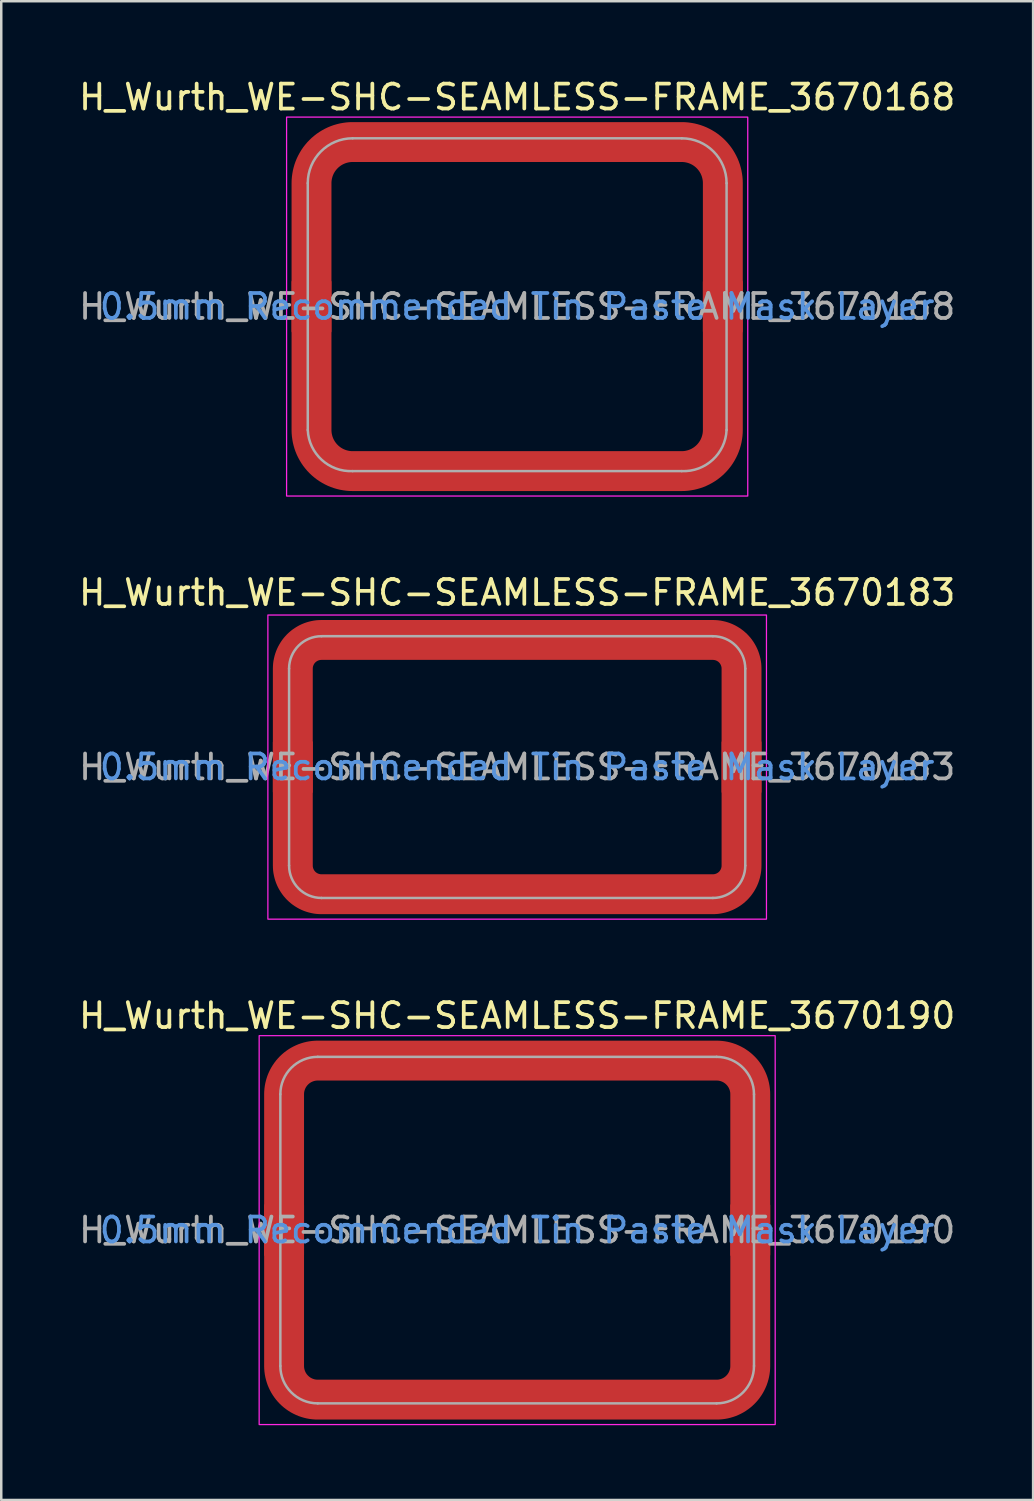
<source format=kicad_pcb>
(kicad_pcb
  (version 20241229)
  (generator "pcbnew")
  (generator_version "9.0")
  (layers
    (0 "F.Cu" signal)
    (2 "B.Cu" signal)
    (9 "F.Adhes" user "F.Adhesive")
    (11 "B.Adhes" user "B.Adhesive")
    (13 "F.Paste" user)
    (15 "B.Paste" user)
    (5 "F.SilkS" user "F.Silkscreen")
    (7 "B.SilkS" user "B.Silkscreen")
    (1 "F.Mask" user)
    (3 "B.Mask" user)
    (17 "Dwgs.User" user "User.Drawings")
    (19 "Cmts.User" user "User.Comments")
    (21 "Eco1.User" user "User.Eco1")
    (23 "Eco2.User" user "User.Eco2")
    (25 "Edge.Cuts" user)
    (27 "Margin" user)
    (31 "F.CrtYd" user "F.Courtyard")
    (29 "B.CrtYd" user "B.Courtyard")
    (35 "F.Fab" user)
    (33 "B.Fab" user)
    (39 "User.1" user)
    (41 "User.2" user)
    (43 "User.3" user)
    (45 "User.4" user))
  (footprint "H_Wurth_WE-SHC-SEAMLESS-FRAME_3670183"
    (layer "F.Cu")
    (at 17.696 27.721)
    (property "Reference" "H_Wurth_WE-SHC-SEAMLESS-FRAME_3670183" (at 0 -7 0) (unlocked yes) (layer "F.SilkS") (effects (font (size 1 1) (thickness 0.15))))
    (attr smd)
    (fp_rect (start -10 -6.1) (end 10 6.1) (stroke (width 0.05) (type solid)) (fill no) (layer "F.CrtYd"))
    (fp_line (start -9.15 3.95) (end -9.15 -3.95) (stroke (width 0.1) (type solid)) (layer "F.Fab"))
    (fp_line (start -7.85 -5.25) (end 7.85 -5.25) (stroke (width 0.1) (type solid)) (layer "F.Fab"))
    (fp_line (start -7.85 5.25) (end 7.85 5.25) (stroke (width 0.1) (type solid)) (layer "F.Fab"))
    (fp_line (start 9.15 3.95) (end 9.15 -3.95) (stroke (width 0.1) (type solid)) (layer "F.Fab"))
    (fp_arc (start -9.15 -3.95) (mid -8.769239 -4.869238) (end -7.85 -5.25) (stroke (width 0.1) (type default)) (layer "F.Fab"))
    (fp_arc (start -7.85 5.25) (mid -8.769238 4.869239) (end -9.15 3.95) (stroke (width 0.1) (type default)) (layer "F.Fab"))
    (fp_arc (start 7.85 -5.25) (mid 8.769238 -4.869239) (end 9.15 -3.95) (stroke (width 0.1) (type default)) (layer "F.Fab"))
    (fp_arc (start 9.15 3.95) (mid 8.769239 4.869238) (end 7.85 5.25) (stroke (width 0.1) (type default)) (layer "F.Fab"))
    (fp_text user "0.5mm Recommended Tin Paste Mask Layer" (at 0 0 0) (unlocked yes) (layer "Cmts.User") (effects (font (size 1 1) (thickness 0.15))))
    (fp_text user "${REFERENCE}" (at 0 0 0) (unlocked yes) (layer "F.Fab") (effects (font (size 1 1) (thickness 0.15))))
    (pad "1" smd custom (at 0 -5.1) (size 7.9 1.5) (layers "F.Cu" "F.Mask" "F.Paste") (options (anchor rect)) (primitives (gr_poly (pts (xy -8.25 6.1) (xy -9.75 6.1) (xy -9.75 1.15) (xy -9.747 1.051) (xy -9.74 0.951) (xy -9.727 0.853) (xy -9.708 0.755) (xy -9.685 0.658) (xy -9.657 0.563) (xy -9.624 0.469) (xy -9.586 0.377) (xy -9.543 0.287) (xy -9.495 0.2) (xy -9.443 0.115) (xy -9.387 0.033) (xy -9.327 -0.046) (xy -9.262 -0.121) (xy -9.194 -0.194) (xy -9.121 -0.262) (xy -9.046 -0.327) (xy -8.967 -0.387) (xy -8.885 -0.443) (xy -8.8 -0.495) (xy -8.713 -0.543) (xy -8.623 -0.586) (xy -8.531 -0.624) (xy -8.437 -0.657) (xy -8.342 -0.685) (xy -8.245 -0.708) (xy -8.147 -0.727) (xy -8.049 -0.74) (xy -7.949 -0.747) (xy -7.85 -0.75) (xy 7.85 -0.75) (xy 7.949 -0.747) (xy 8.049 -0.74) (xy 8.147 -0.727) (xy 8.245 -0.708) (xy 8.342 -0.685) (xy 8.437 -0.657) (xy 8.531 -0.624) (xy 8.623 -0.586) (xy 8.713 -0.543) (xy 8.8 -0.495) (xy 8.885 -0.443) (xy 8.967 -0.387) (xy 9.046 -0.327) (xy 9.121 -0.262) (xy 9.194 -0.194) (xy 9.262 -0.121) (xy 9.327 -0.046) (xy 9.387 0.033) (xy 9.443 0.115) (xy 9.495 0.2) (xy 9.543 0.287) (xy 9.586 0.377) (xy 9.624 0.469) (xy 9.657 0.563) (xy 9.685 0.658) (xy 9.708 0.755) (xy 9.727 0.853) (xy 9.74 0.951) (xy 9.747 1.051) (xy 9.75 1.15) (xy 9.75 6.1) (xy 8.25 6.1) (xy 8.25 1.15) (xy 8.249 1.129) (xy 8.248 1.108) (xy 8.245 1.087) (xy 8.241 1.067) (xy 8.236 1.046) (xy 8.23 1.026) (xy 8.223 1.007) (xy 8.215 0.987) (xy 8.206 0.968) (xy 8.196 0.95) (xy 8.185 0.932) (xy 8.174 0.915) (xy 8.161 0.898) (xy 8.147 0.882) (xy 8.133 0.867) (xy 8.118 0.853) (xy 8.102 0.839) (xy 8.085 0.826) (xy 8.068 0.815) (xy 8.05 0.804) (xy 8.032 0.794) (xy 8.013 0.785) (xy 7.993 0.777) (xy 7.974 0.77) (xy 7.954 0.764) (xy 7.933 0.759) (xy 7.913 0.755) (xy 7.892 0.752) (xy 7.871 0.751) (xy 7.85 0.75) (xy -7.85 0.75) (xy -7.871 0.751) (xy -7.892 0.752) (xy -7.913 0.755) (xy -7.933 0.759) (xy -7.954 0.764) (xy -7.974 0.77) (xy -7.993 0.777) (xy -8.013 0.785) (xy -8.032 0.794) (xy -8.05 0.804) (xy -8.068 0.815) (xy -8.085 0.826) (xy -8.102 0.839) (xy -8.118 0.853) (xy -8.133 0.867) (xy -8.147 0.882) (xy -8.161 0.898) (xy -8.174 0.915) (xy -8.185 0.932) (xy -8.196 0.95) (xy -8.206 0.968) (xy -8.215 0.987) (xy -8.223 1.007) (xy -8.23 1.026) (xy -8.236 1.046) (xy -8.241 1.067) (xy -8.245 1.087) (xy -8.248 1.108) (xy -8.249 1.129) (xy -8.25 1.15) (xy -8.25 6.1)) (width 0.1) (fill yes))))
    (pad "1" smd custom (at 9 0) (size 1.5 7.9) (layers "F.Cu" "F.Mask" "F.Paste") (options (anchor rect)) (primitives (gr_poly (pts (xy -0.75 -1) (xy 0.75 -1) (xy 0.75 3.95) (xy 0.747 4.049) (xy 0.74 4.149) (xy 0.727 4.247) (xy 0.708 4.345) (xy 0.685 4.442) (xy 0.657 4.537) (xy 0.624 4.631) (xy 0.586 4.723) (xy 0.543 4.813) (xy 0.495 4.9) (xy 0.443 4.985) (xy 0.387 5.067) (xy 0.327 5.146) (xy 0.262 5.221) (xy 0.194 5.294) (xy 0.121 5.362) (xy 0.046 5.427) (xy -0.033 5.487) (xy -0.115 5.543) (xy -0.2 5.595) (xy -0.287 5.643) (xy -0.377 5.686) (xy -0.469 5.724) (xy -0.563 5.757) (xy -0.658 5.785) (xy -0.755 5.808) (xy -0.853 5.827) (xy -0.951 5.84) (xy -1.051 5.847) (xy -1.15 5.85) (xy -16.85 5.85) (xy -16.949 5.847) (xy -17.049 5.84) (xy -17.147 5.827) (xy -17.245 5.808) (xy -17.342 5.785) (xy -17.437 5.757) (xy -17.531 5.724) (xy -17.623 5.686) (xy -17.713 5.643) (xy -17.8 5.595) (xy -17.885 5.543) (xy -17.967 5.487) (xy -18.046 5.427) (xy -18.121 5.362) (xy -18.194 5.294) (xy -18.262 5.221) (xy -18.327 5.146) (xy -18.387 5.067) (xy -18.443 4.985) (xy -18.495 4.9) (xy -18.543 4.813) (xy -18.586 4.723) (xy -18.624 4.631) (xy -18.657 4.537) (xy -18.685 4.442) (xy -18.708 4.345) (xy -18.727 4.247) (xy -18.74 4.149) (xy -18.747 4.049) (xy -18.75 3.95) (xy -18.75 -1) (xy -17.25 -1) (xy -17.25 3.95) (xy -17.249 3.971) (xy -17.248 3.992) (xy -17.245 4.013) (xy -17.241 4.033) (xy -17.236 4.054) (xy -17.23 4.074) (xy -17.223 4.093) (xy -17.215 4.113) (xy -17.206 4.132) (xy -17.196 4.15) (xy -17.185 4.168) (xy -17.174 4.185) (xy -17.161 4.202) (xy -17.147 4.218) (xy -17.133 4.233) (xy -17.118 4.247) (xy -17.102 4.261) (xy -17.085 4.274) (xy -17.068 4.285) (xy -17.05 4.296) (xy -17.032 4.306) (xy -17.013 4.315) (xy -16.993 4.323) (xy -16.974 4.33) (xy -16.954 4.336) (xy -16.933 4.341) (xy -16.913 4.345) (xy -16.892 4.348) (xy -16.871 4.349) (xy -16.85 4.35) (xy -1.15 4.35) (xy -1.129 4.349) (xy -1.108 4.348) (xy -1.087 4.345) (xy -1.067 4.341) (xy -1.046 4.336) (xy -1.026 4.33) (xy -1.007 4.323) (xy -0.987 4.315) (xy -0.968 4.306) (xy -0.95 4.296) (xy -0.932 4.285) (xy -0.915 4.274) (xy -0.898 4.261) (xy -0.882 4.247) (xy -0.867 4.233) (xy -0.853 4.218) (xy -0.839 4.202) (xy -0.826 4.185) (xy -0.815 4.168) (xy -0.804 4.15) (xy -0.794 4.132) (xy -0.785 4.113) (xy -0.777 4.093) (xy -0.77 4.074) (xy -0.764 4.054) (xy -0.759 4.033) (xy -0.755 4.013) (xy -0.752 3.992) (xy -0.751 3.971) (xy -0.75 3.95) (xy -0.75 -1)) (width 0.1) (fill yes)))))
  (footprint "H_Wurth_WE-SHC-SEAMLESS-FRAME_3670168"
    (layer "F.Cu")
    (at 17.696 9.248)
    (property "Reference" "H_Wurth_WE-SHC-SEAMLESS-FRAME_3670168" (at 0 -8.4 0) (unlocked yes) (layer "F.SilkS") (effects (font (size 1 1) (thickness 0.15))))
    (attr smd)
    (fp_rect (start -9.25 -7.6) (end 9.25 7.6) (stroke (width 0.05) (type solid)) (fill no) (layer "F.CrtYd"))
    (fp_line (start -8.4 4.95) (end -8.4 -4.95) (stroke (width 0.1) (type solid)) (layer "F.Fab"))
    (fp_line (start -6.6 -6.75) (end 6.6 -6.75) (stroke (width 0.1) (type solid)) (layer "F.Fab"))
    (fp_line (start -6.6 6.6) (end 6.6 6.6) (stroke (width 0.1) (type solid)) (layer "F.Fab"))
    (fp_line (start 8.4 4.95) (end 8.4 -4.95) (stroke (width 0.1) (type solid)) (layer "F.Fab"))
    (fp_arc (start -8.4 -4.95) (mid -7.872792 -6.222792) (end -6.6 -6.75) (stroke (width 0.1) (type default)) (layer "F.Fab"))
    (fp_arc (start -6.6 6.6) (mid -7.841726 6.147792) (end -8.4 4.95) (stroke (width 0.1) (type default)) (layer "F.Fab"))
    (fp_arc (start 6.6 -6.75) (mid 7.872792 -6.222792) (end 8.4 -4.95) (stroke (width 0.1) (type default)) (layer "F.Fab"))
    (fp_arc (start 8.4 4.95) (mid 7.841726 6.147792) (end 6.6 6.6) (stroke (width 0.1) (type default)) (layer "F.Fab"))
    (fp_text user "0.5mm Recommended Tin Paste Mask Layer" (at 0 0 0) (unlocked yes) (layer "Cmts.User") (effects (font (size 1 1) (thickness 0.15))))
    (fp_text user "${REFERENCE}" (at 0 0 0) (unlocked yes) (layer "F.Fab") (effects (font (size 1 1) (thickness 0.15))))
    (pad "1" smd custom (at 0 -6.6) (size 9.9 1.5) (layers "F.Cu" "F.Mask" "F.Paste") (options (anchor rect)) (primitives (gr_poly (pts (xy -7.5 7.6) (xy -9 7.6) (xy -9 1.65) (xy -8.997 1.524) (xy -8.987 1.399) (xy -8.97 1.275) (xy -8.948 1.151) (xy -8.918 1.029) (xy -8.883 0.908) (xy -8.841 0.79) (xy -8.793 0.674) (xy -8.738 0.56) (xy -8.678 0.45) (xy -8.613 0.343) (xy -8.542 0.239) (xy -8.465 0.14) (xy -8.384 0.044) (xy -8.297 -0.047) (xy -8.206 -0.134) (xy -8.11 -0.215) (xy -8.011 -0.292) (xy -7.907 -0.363) (xy -7.8 -0.428) (xy -7.69 -0.488) (xy -7.576 -0.543) (xy -7.46 -0.591) (xy -7.342 -0.633) (xy -7.221 -0.668) (xy -7.099 -0.698) (xy -6.975 -0.72) (xy -6.851 -0.737) (xy -6.726 -0.747) (xy -6.6 -0.75) (xy 6.6 -0.75) (xy 6.726 -0.747) (xy 6.851 -0.737) (xy 6.975 -0.72) (xy 7.099 -0.698) (xy 7.221 -0.668) (xy 7.342 -0.633) (xy 7.46 -0.591) (xy 7.576 -0.543) (xy 7.69 -0.488) (xy 7.8 -0.428) (xy 7.907 -0.363) (xy 8.011 -0.292) (xy 8.11 -0.215) (xy 8.206 -0.134) (xy 8.297 -0.047) (xy 8.384 0.044) (xy 8.465 0.14) (xy 8.542 0.239) (xy 8.613 0.343) (xy 8.678 0.45) (xy 8.738 0.56) (xy 8.793 0.674) (xy 8.841 0.79) (xy 8.883 0.908) (xy 8.918 1.029) (xy 8.948 1.151) (xy 8.97 1.275) (xy 8.987 1.399) (xy 8.997 1.524) (xy 9 1.65) (xy 9 7.6) (xy 7.5 7.6) (xy 7.5 1.65) (xy 7.499 1.603) (xy 7.495 1.556) (xy 7.489 1.509) (xy 7.48 1.463) (xy 7.469 1.417) (xy 7.456 1.372) (xy 7.44 1.327) (xy 7.422 1.284) (xy 7.402 1.241) (xy 7.379 1.2) (xy 7.355 1.16) (xy 7.328 1.121) (xy 7.299 1.084) (xy 7.269 1.048) (xy 7.236 1.014) (xy 7.202 0.981) (xy 7.166 0.951) (xy 7.129 0.922) (xy 7.09 0.895) (xy 7.05 0.871) (xy 7.009 0.848) (xy 6.966 0.828) (xy 6.923 0.81) (xy 6.878 0.794) (xy 6.833 0.781) (xy 6.787 0.77) (xy 6.741 0.761) (xy 6.694 0.755) (xy 6.647 0.751) (xy 6.6 0.75) (xy -6.6 0.75) (xy -6.647 0.751) (xy -6.694 0.755) (xy -6.741 0.761) (xy -6.787 0.77) (xy -6.833 0.781) (xy -6.878 0.794) (xy -6.923 0.81) (xy -6.966 0.828) (xy -7.009 0.848) (xy -7.05 0.871) (xy -7.09 0.895) (xy -7.129 0.922) (xy -7.166 0.951) (xy -7.202 0.981) (xy -7.236 1.014) (xy -7.269 1.048) (xy -7.299 1.084) (xy -7.328 1.121) (xy -7.355 1.16) (xy -7.379 1.2) (xy -7.402 1.241) (xy -7.422 1.284) (xy -7.44 1.327) (xy -7.456 1.372) (xy -7.469 1.417) (xy -7.48 1.463) (xy -7.489 1.509) (xy -7.495 1.556) (xy -7.499 1.603) (xy -7.5 1.65) (xy -7.5 7.6)) (width 0.1) (fill yes))))
    (pad "1" smd custom (at 8.25 0) (size 1.5 9.9) (layers "F.Cu" "F.Mask" "F.Paste") (options (anchor rect)) (primitives (gr_poly (pts (xy -0.75 -1) (xy 0.75 -1) (xy 0.75 4.95) (xy 0.747 5.076) (xy 0.737 5.201) (xy 0.72 5.325) (xy 0.698 5.449) (xy 0.668 5.571) (xy 0.633 5.692) (xy 0.591 5.81) (xy 0.543 5.926) (xy 0.488 6.04) (xy 0.428 6.15) (xy 0.363 6.257) (xy 0.292 6.361) (xy 0.215 6.46) (xy 0.134 6.556) (xy 0.047 6.647) (xy -0.044 6.734) (xy -0.14 6.815) (xy -0.239 6.892) (xy -0.343 6.963) (xy -0.45 7.028) (xy -0.56 7.088) (xy -0.674 7.143) (xy -0.79 7.191) (xy -0.908 7.233) (xy -1.029 7.268) (xy -1.151 7.298) (xy -1.275 7.32) (xy -1.399 7.337) (xy -1.524 7.347) (xy -1.65 7.35) (xy -14.85 7.35) (xy -14.976 7.347) (xy -15.101 7.337) (xy -15.225 7.32) (xy -15.349 7.298) (xy -15.471 7.268) (xy -15.592 7.233) (xy -15.71 7.191) (xy -15.826 7.143) (xy -15.94 7.088) (xy -16.05 7.028) (xy -16.157 6.963) (xy -16.261 6.892) (xy -16.36 6.815) (xy -16.456 6.734) (xy -16.547 6.647) (xy -16.634 6.556) (xy -16.715 6.46) (xy -16.792 6.361) (xy -16.863 6.257) (xy -16.928 6.15) (xy -16.988 6.04) (xy -17.043 5.926) (xy -17.091 5.81) (xy -17.133 5.692) (xy -17.168 5.571) (xy -17.198 5.449) (xy -17.22 5.325) (xy -17.237 5.201) (xy -17.247 5.076) (xy -17.25 4.95) (xy -17.25 -1) (xy -15.75 -1) (xy -15.75 4.95) (xy -15.749 4.997) (xy -15.745 5.044) (xy -15.739 5.091) (xy -15.73 5.137) (xy -15.719 5.183) (xy -15.706 5.228) (xy -15.69 5.273) (xy -15.672 5.316) (xy -15.652 5.359) (xy -15.629 5.4) (xy -15.605 5.44) (xy -15.578 5.479) (xy -15.549 5.516) (xy -15.519 5.552) (xy -15.486 5.586) (xy -15.452 5.619) (xy -15.416 5.649) (xy -15.379 5.678) (xy -15.34 5.705) (xy -15.3 5.729) (xy -15.259 5.752) (xy -15.216 5.772) (xy -15.173 5.79) (xy -15.128 5.806) (xy -15.083 5.819) (xy -15.037 5.83) (xy -14.991 5.839) (xy -14.944 5.845) (xy -14.897 5.849) (xy -14.85 5.85) (xy -1.65 5.85) (xy -1.603 5.849) (xy -1.556 5.845) (xy -1.509 5.839) (xy -1.463 5.83) (xy -1.417 5.819) (xy -1.372 5.806) (xy -1.327 5.79) (xy -1.284 5.772) (xy -1.241 5.752) (xy -1.2 5.729) (xy -1.16 5.705) (xy -1.121 5.678) (xy -1.084 5.649) (xy -1.048 5.619) (xy -1.014 5.586) (xy -0.981 5.552) (xy -0.951 5.516) (xy -0.922 5.479) (xy -0.895 5.44) (xy -0.871 5.4) (xy -0.848 5.359) (xy -0.828 5.316) (xy -0.81 5.273) (xy -0.794 5.228) (xy -0.781 5.183) (xy -0.77 5.137) (xy -0.761 5.091) (xy -0.755 5.044) (xy -0.751 4.997) (xy -0.75 4.95) (xy -0.75 -1)) (width 0.1) (fill yes)))))
  (footprint "H_Wurth_WE-SHC-SEAMLESS-FRAME_3670190"
    (layer "F.Cu")
    (at 17.696 46.295)
    (property "Reference" "H_Wurth_WE-SHC-SEAMLESS-FRAME_3670190" (at 0 -8.6 0) (unlocked yes) (layer "F.SilkS") (effects (font (size 1 1) (thickness 0.15))))
    (attr smd)
    (fp_rect (start -10.35 -7.8) (end 10.35 7.8) (stroke (width 0.05) (type solid)) (fill no) (layer "F.CrtYd"))
    (fp_line (start -9.5 5.45) (end -9.5 -5.45) (stroke (width 0.1) (type solid)) (layer "F.Fab"))
    (fp_line (start -8 -6.95) (end 8 -6.95) (stroke (width 0.1) (type solid)) (layer "F.Fab"))
    (fp_line (start -8 6.95) (end 8 6.95) (stroke (width 0.1) (type solid)) (layer "F.Fab"))
    (fp_line (start 9.5 5.45) (end 9.5 -5.45) (stroke (width 0.1) (type solid)) (layer "F.Fab"))
    (fp_arc (start -9.5 -5.45) (mid -9.06066 -6.51066) (end -8 -6.95) (stroke (width 0.1) (type default)) (layer "F.Fab"))
    (fp_arc (start -8 6.95) (mid -9.06066 6.51066) (end -9.5 5.45) (stroke (width 0.1) (type default)) (layer "F.Fab"))
    (fp_arc (start 8 -6.95) (mid 9.06066 -6.51066) (end 9.5 -5.45) (stroke (width 0.1) (type default)) (layer "F.Fab"))
    (fp_arc (start 9.5 5.45) (mid 9.06066 6.51066) (end 8 6.95) (stroke (width 0.1) (type default)) (layer "F.Fab"))
    (fp_text user "0.5mm Recommended Tin Paste Mask Layer" (at 0 0 0) (unlocked yes) (layer "Cmts.User") (effects (font (size 1 1) (thickness 0.15))))
    (fp_text user "${REFERENCE}" (at 0 0 0) (unlocked yes) (layer "F.Fab") (effects (font (size 1 1) (thickness 0.15))))
    (pad "1" smd custom (at 0 -6.8) (size 10.9 1.5) (layers "F.Cu" "F.Mask" "F.Paste") (options (anchor rect)) (primitives (gr_poly (pts (xy -8.6 7.8) (xy -10.1 7.8) (xy -10.1 1.35) (xy -10.097 1.24) (xy -10.088 1.13) (xy -10.074 1.021) (xy -10.054 0.913) (xy -10.028 0.806) (xy -9.997 0.701) (xy -9.961 0.597) (xy -9.918 0.496) (xy -9.871 0.397) (xy -9.819 0.3) (xy -9.761 0.206) (xy -9.699 0.116) (xy -9.632 0.028) (xy -9.561 -0.055) (xy -9.485 -0.135) (xy -9.405 -0.211) (xy -9.322 -0.282) (xy -9.234 -0.349) (xy -9.144 -0.411) (xy -9.05 -0.469) (xy -8.953 -0.521) (xy -8.854 -0.568) (xy -8.753 -0.611) (xy -8.649 -0.647) (xy -8.544 -0.678) (xy -8.437 -0.704) (xy -8.329 -0.724) (xy -8.22 -0.738) (xy -8.11 -0.747) (xy -8 -0.75) (xy 8 -0.75) (xy 8.11 -0.747) (xy 8.22 -0.738) (xy 8.329 -0.724) (xy 8.437 -0.704) (xy 8.544 -0.678) (xy 8.649 -0.647) (xy 8.753 -0.611) (xy 8.854 -0.568) (xy 8.953 -0.521) (xy 9.05 -0.469) (xy 9.144 -0.411) (xy 9.234 -0.349) (xy 9.322 -0.282) (xy 9.405 -0.211) (xy 9.485 -0.135) (xy 9.561 -0.055) (xy 9.632 0.028) (xy 9.699 0.116) (xy 9.761 0.206) (xy 9.819 0.3) (xy 9.871 0.397) (xy 9.918 0.496) (xy 9.961 0.597) (xy 9.997 0.701) (xy 10.028 0.806) (xy 10.054 0.913) (xy 10.074 1.021) (xy 10.088 1.13) (xy 10.097 1.24) (xy 10.1 1.35) (xy 10.1 7.8) (xy 8.6 7.8) (xy 8.6 1.35) (xy 8.599 1.319) (xy 8.597 1.287) (xy 8.593 1.256) (xy 8.587 1.225) (xy 8.58 1.195) (xy 8.571 1.165) (xy 8.56 1.135) (xy 8.548 1.106) (xy 8.535 1.078) (xy 8.52 1.05) (xy 8.503 1.023) (xy 8.485 0.997) (xy 8.466 0.972) (xy 8.446 0.949) (xy 8.424 0.926) (xy 8.401 0.904) (xy 8.378 0.884) (xy 8.353 0.865) (xy 8.327 0.847) (xy 8.3 0.83) (xy 8.272 0.815) (xy 8.244 0.802) (xy 8.215 0.79) (xy 8.185 0.779) (xy 8.155 0.77) (xy 8.125 0.763) (xy 8.094 0.757) (xy 8.063 0.753) (xy 8.031 0.751) (xy 8 0.75) (xy -8 0.75) (xy -8.031 0.751) (xy -8.063 0.753) (xy -8.094 0.757) (xy -8.125 0.763) (xy -8.155 0.77) (xy -8.185 0.779) (xy -8.215 0.79) (xy -8.244 0.802) (xy -8.272 0.815) (xy -8.3 0.83) (xy -8.327 0.847) (xy -8.353 0.865) (xy -8.378 0.884) (xy -8.401 0.904) (xy -8.424 0.926) (xy -8.446 0.949) (xy -8.466 0.972) (xy -8.485 0.997) (xy -8.503 1.023) (xy -8.52 1.05) (xy -8.535 1.078) (xy -8.548 1.106) (xy -8.56 1.135) (xy -8.571 1.165) (xy -8.58 1.195) (xy -8.587 1.225) (xy -8.593 1.256) (xy -8.597 1.287) (xy -8.599 1.319) (xy -8.6 1.35) (xy -8.6 7.8)) (width 0.1) (fill yes))))
    (pad "1" smd custom (at 9.35 0) (size 1.5 10.9) (layers "F.Cu" "F.Mask" "F.Paste") (options (anchor rect)) (primitives (gr_poly (pts (xy -0.75 -1) (xy 0.75 -1) (xy 0.75 5.45) (xy 0.747 5.56) (xy 0.738 5.67) (xy 0.724 5.779) (xy 0.704 5.887) (xy 0.678 5.994) (xy 0.647 6.099) (xy 0.611 6.203) (xy 0.568 6.304) (xy 0.521 6.403) (xy 0.469 6.5) (xy 0.411 6.594) (xy 0.349 6.684) (xy 0.282 6.772) (xy 0.211 6.855) (xy 0.135 6.935) (xy 0.055 7.011) (xy -0.028 7.082) (xy -0.116 7.149) (xy -0.206 7.211) (xy -0.3 7.269) (xy -0.397 7.321) (xy -0.496 7.368) (xy -0.597 7.411) (xy -0.701 7.447) (xy -0.806 7.478) (xy -0.913 7.504) (xy -1.021 7.524) (xy -1.13 7.538) (xy -1.24 7.547) (xy -1.35 7.55) (xy -17.35 7.55) (xy -17.46 7.547) (xy -17.57 7.538) (xy -17.679 7.524) (xy -17.787 7.504) (xy -17.894 7.478) (xy -17.999 7.447) (xy -18.103 7.411) (xy -18.204 7.368) (xy -18.303 7.321) (xy -18.4 7.269) (xy -18.494 7.211) (xy -18.584 7.149) (xy -18.672 7.082) (xy -18.755 7.011) (xy -18.835 6.935) (xy -18.911 6.855) (xy -18.982 6.772) (xy -19.049 6.684) (xy -19.111 6.594) (xy -19.169 6.5) (xy -19.221 6.403) (xy -19.268 6.304) (xy -19.311 6.203) (xy -19.347 6.099) (xy -19.378 5.994) (xy -19.404 5.887) (xy -19.424 5.779) (xy -19.438 5.67) (xy -19.447 5.56) (xy -19.45 5.45) (xy -19.45 -1) (xy -17.95 -1) (xy -17.95 5.45) (xy -17.949 5.481) (xy -17.947 5.513) (xy -17.943 5.544) (xy -17.937 5.575) (xy -17.93 5.605) (xy -17.921 5.635) (xy -17.91 5.665) (xy -17.898 5.694) (xy -17.885 5.722) (xy -17.87 5.75) (xy -17.853 5.777) (xy -17.835 5.803) (xy -17.816 5.828) (xy -17.796 5.851) (xy -17.774 5.874) (xy -17.751 5.896) (xy -17.728 5.916) (xy -17.703 5.935) (xy -17.677 5.953) (xy -17.65 5.97) (xy -17.622 5.985) (xy -17.594 5.998) (xy -17.565 6.01) (xy -17.535 6.021) (xy -17.505 6.03) (xy -17.475 6.037) (xy -17.444 6.043) (xy -17.413 6.047) (xy -17.381 6.049) (xy -17.35 6.05) (xy -1.35 6.05) (xy -1.319 6.049) (xy -1.287 6.047) (xy -1.256 6.043) (xy -1.225 6.037) (xy -1.195 6.03) (xy -1.165 6.021) (xy -1.135 6.01) (xy -1.106 5.998) (xy -1.078 5.985) (xy -1.05 5.97) (xy -1.023 5.953) (xy -0.997 5.935) (xy -0.972 5.916) (xy -0.949 5.896) (xy -0.926 5.874) (xy -0.904 5.851) (xy -0.884 5.828) (xy -0.865 5.803) (xy -0.847 5.777) (xy -0.83 5.75) (xy -0.815 5.722) (xy -0.802 5.694) (xy -0.79 5.665) (xy -0.779 5.635) (xy -0.77 5.605) (xy -0.763 5.575) (xy -0.757 5.544) (xy -0.753 5.513) (xy -0.751 5.481) (xy -0.75 5.45) (xy -0.75 -1)) (width 0.1) (fill yes)))))
  (gr_rect
    (start -3 -3)
    (end 38.393 57.12)
    (stroke (width 0.1) (type default))
    (fill no)
    (layer "Edge.Cuts")))
</source>
